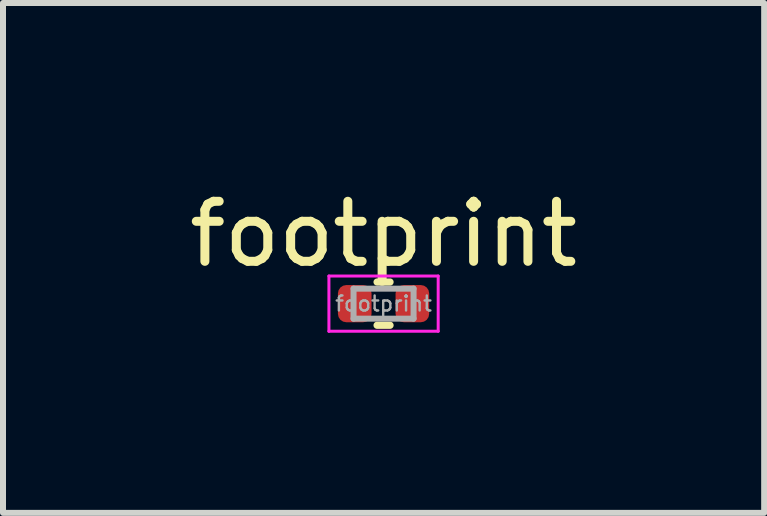
<source format=kicad_pcb>
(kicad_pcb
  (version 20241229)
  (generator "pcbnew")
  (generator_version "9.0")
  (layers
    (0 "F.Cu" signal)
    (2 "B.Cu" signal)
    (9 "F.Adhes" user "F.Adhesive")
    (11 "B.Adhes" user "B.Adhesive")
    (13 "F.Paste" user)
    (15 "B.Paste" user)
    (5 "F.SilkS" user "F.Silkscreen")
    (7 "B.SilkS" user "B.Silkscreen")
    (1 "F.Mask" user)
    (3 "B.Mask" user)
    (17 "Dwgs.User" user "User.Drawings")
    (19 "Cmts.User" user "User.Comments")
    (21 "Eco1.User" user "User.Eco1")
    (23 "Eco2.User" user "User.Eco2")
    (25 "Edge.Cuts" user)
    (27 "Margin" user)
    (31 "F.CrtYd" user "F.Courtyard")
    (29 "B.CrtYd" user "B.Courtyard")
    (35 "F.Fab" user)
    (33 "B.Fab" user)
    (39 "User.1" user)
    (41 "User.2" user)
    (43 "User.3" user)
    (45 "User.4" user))
  (footprint "footprint"
    (layer "F.Cu")
    (at 3.339 2.008)
    (property "Reference" "footprint" (at 0 -1.16 0) (layer "F.SilkS") (effects (font (size 1 1) (thickness 0.15))))
    (attr smd)
    (fp_line (start -0.108 -0.36) (end 0.108 -0.36) (stroke (width 0.12) (type solid)) (layer "F.SilkS"))
    (fp_line (start -0.108 0.36) (end 0.108 0.36) (stroke (width 0.12) (type solid)) (layer "F.SilkS"))
    (fp_line (start -0.91 -0.46) (end 0.91 -0.46) (stroke (width 0.05) (type solid)) (layer "F.CrtYd"))
    (fp_line (start -0.91 0.46) (end -0.91 -0.46) (stroke (width 0.05) (type solid)) (layer "F.CrtYd"))
    (fp_line (start 0.91 -0.46) (end 0.91 0.46) (stroke (width 0.05) (type solid)) (layer "F.CrtYd"))
    (fp_line (start 0.91 0.46) (end -0.91 0.46) (stroke (width 0.05) (type solid)) (layer "F.CrtYd"))
    (fp_line (start -0.5 -0.25) (end 0.5 -0.25) (stroke (width 0.1) (type solid)) (layer "F.Fab"))
    (fp_line (start -0.5 0.25) (end -0.5 -0.25) (stroke (width 0.1) (type solid)) (layer "F.Fab"))
    (fp_line (start 0.5 -0.25) (end 0.5 0.25) (stroke (width 0.1) (type solid)) (layer "F.Fab"))
    (fp_line (start 0.5 0.25) (end -0.5 0.25) (stroke (width 0.1) (type solid)) (layer "F.Fab"))
    (fp_text user "${REFERENCE}" (at 0 0 0) (layer "F.Fab") (effects (font (size 0.25 0.25) (thickness 0.04))))
    (pad "1" smd roundrect (at -0.48 0) (size 0.56 0.62) (layers "F.Cu" "F.Mask" "F.Paste") (roundrect_rratio 0.25))
    (pad "2" smd roundrect (at 0.48 0) (size 0.56 0.62) (layers "F.Cu" "F.Mask" "F.Paste") (roundrect_rratio 0.25)))
  (gr_rect
    (start -3 -3)
    (end 9.679 5.493)
    (stroke (width 0.1) (type default))
    (fill no)
    (layer "Edge.Cuts")))
</source>
